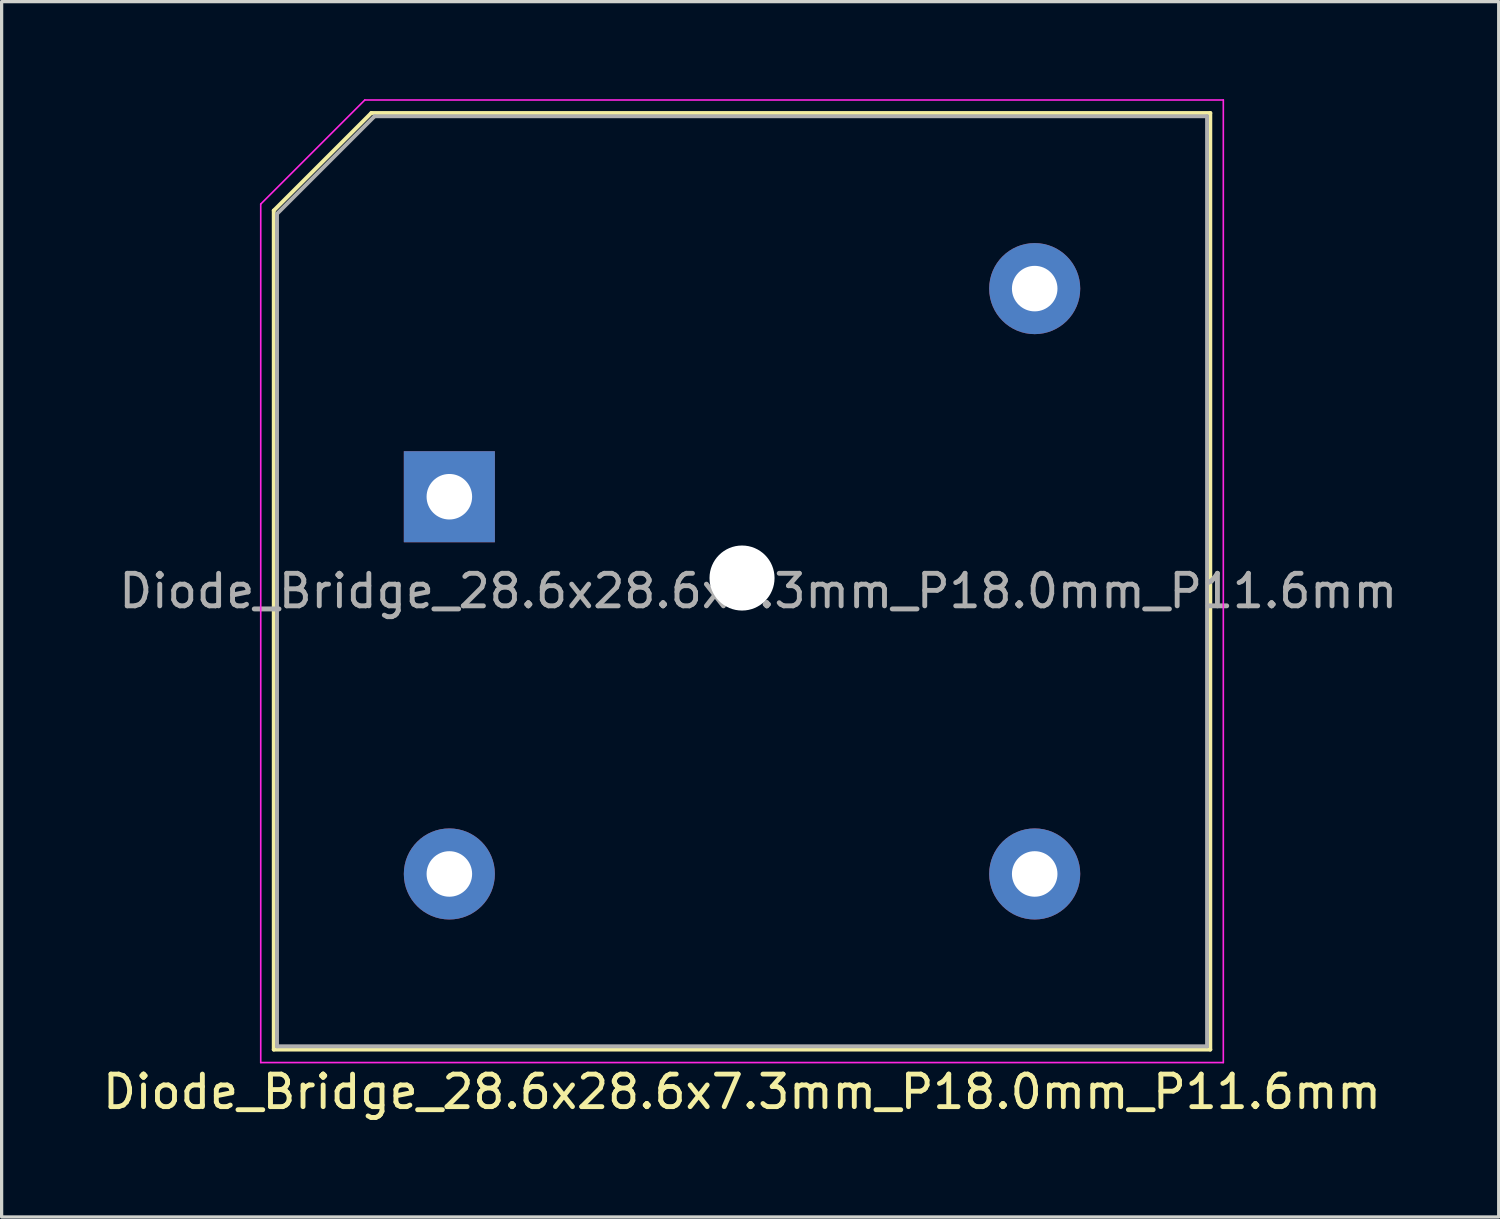
<source format=kicad_pcb>
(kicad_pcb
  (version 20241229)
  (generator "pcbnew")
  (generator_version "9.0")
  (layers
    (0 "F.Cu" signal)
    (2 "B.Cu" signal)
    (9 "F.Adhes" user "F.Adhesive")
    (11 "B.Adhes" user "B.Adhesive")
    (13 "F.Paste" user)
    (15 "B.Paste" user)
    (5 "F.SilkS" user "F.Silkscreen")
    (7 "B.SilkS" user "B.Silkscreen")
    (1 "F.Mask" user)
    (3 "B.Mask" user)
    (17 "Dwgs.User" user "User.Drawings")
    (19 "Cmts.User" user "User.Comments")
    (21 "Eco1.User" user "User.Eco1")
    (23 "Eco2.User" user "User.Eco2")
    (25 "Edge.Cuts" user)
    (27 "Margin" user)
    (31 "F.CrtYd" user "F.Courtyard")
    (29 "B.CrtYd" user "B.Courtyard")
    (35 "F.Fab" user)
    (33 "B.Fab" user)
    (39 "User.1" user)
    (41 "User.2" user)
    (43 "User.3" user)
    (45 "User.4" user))
  (footprint "Diode_Bridge_28.6x28.6x7.3mm_P18.0mm_P11.6mm"
    (layer "F.Cu")
    (at 10.768 12.225)
    (property "Reference" "Diode_Bridge_28.6x28.6x7.3mm_P18.0mm_P11.6mm" (at 9 18.3 180) (layer "F.SilkS") (effects (font (size 1 1) (thickness 0.15))))
    (attr through_hole)
    (fp_line (start -5.4 -8.8) (end -5.4 17) (stroke (width 0.12) (type solid)) (layer "F.SilkS"))
    (fp_line (start -5.4 17) (end 23.4 17) (stroke (width 0.12) (type solid)) (layer "F.SilkS"))
    (fp_line (start -2.4 -11.8) (end -5.4 -8.8) (stroke (width 0.12) (type solid)) (layer "F.SilkS"))
    (fp_line (start 23.4 -11.8) (end -2.4 -11.8) (stroke (width 0.12) (type solid)) (layer "F.SilkS"))
    (fp_line (start 23.4 17) (end 23.4 -11.8) (stroke (width 0.12) (type solid)) (layer "F.SilkS"))
    (fp_line (start -5.8 -9) (end -5.8 17.4) (stroke (width 0.05) (type solid)) (layer "F.CrtYd"))
    (fp_line (start -5.8 17.4) (end 23.8 17.4) (stroke (width 0.05) (type solid)) (layer "F.CrtYd"))
    (fp_line (start -2.6 -12.2) (end -5.8 -9) (stroke (width 0.05) (type solid)) (layer "F.CrtYd"))
    (fp_line (start 23.8 -12.2) (end -2.6 -12.2) (stroke (width 0.05) (type solid)) (layer "F.CrtYd"))
    (fp_line (start 23.8 17.4) (end 23.8 -12.2) (stroke (width 0.05) (type solid)) (layer "F.CrtYd"))
    (fp_line (start -5.3 -8.7) (end -5.3 16.9) (stroke (width 0.12) (type solid)) (layer "F.Fab"))
    (fp_line (start -5.3 16.9) (end 23.3 16.9) (stroke (width 0.12) (type solid)) (layer "F.Fab"))
    (fp_line (start -2.3 -11.7) (end -5.3 -8.7) (stroke (width 0.12) (type solid)) (layer "F.Fab"))
    (fp_line (start 23.3 -11.7) (end -2.3 -11.7) (stroke (width 0.12) (type solid)) (layer "F.Fab"))
    (fp_line (start 23.3 16.9) (end 23.3 -11.7) (stroke (width 0.12) (type solid)) (layer "F.Fab"))
    (fp_text user "${REFERENCE}" (at 9.5 2.9 180) (layer "F.Fab") (effects (font (size 1 1) (thickness 0.15))))
    (pad "" np_thru_hole oval (at 9 2.5) (size 2 2) (drill 5) (layers "*.Cu" "*.Mask"))
    (pad "1" thru_hole rect (at 0 0 180) (size 2.8 2.8) (drill 1.4) (layers "*.Cu" "*.Mask"))
    (pad "2" thru_hole circle (at 0 11.6 180) (size 2.8 2.8) (drill 1.4) (layers "*.Cu" "*.Mask"))
    (pad "3" thru_hole circle (at 18 11.6 180) (size 2.8 2.8) (drill 1.4) (layers "*.Cu" "*.Mask"))
    (pad "4" thru_hole circle (at 18 -6.4 180) (size 2.8 2.8) (drill 1.4) (layers "*.Cu" "*.Mask")))
  (gr_rect
    (start -3 -3)
    (end 43.036 34.373)
    (stroke (width 0.1) (type default))
    (fill no)
    (layer "Edge.Cuts")))
</source>
